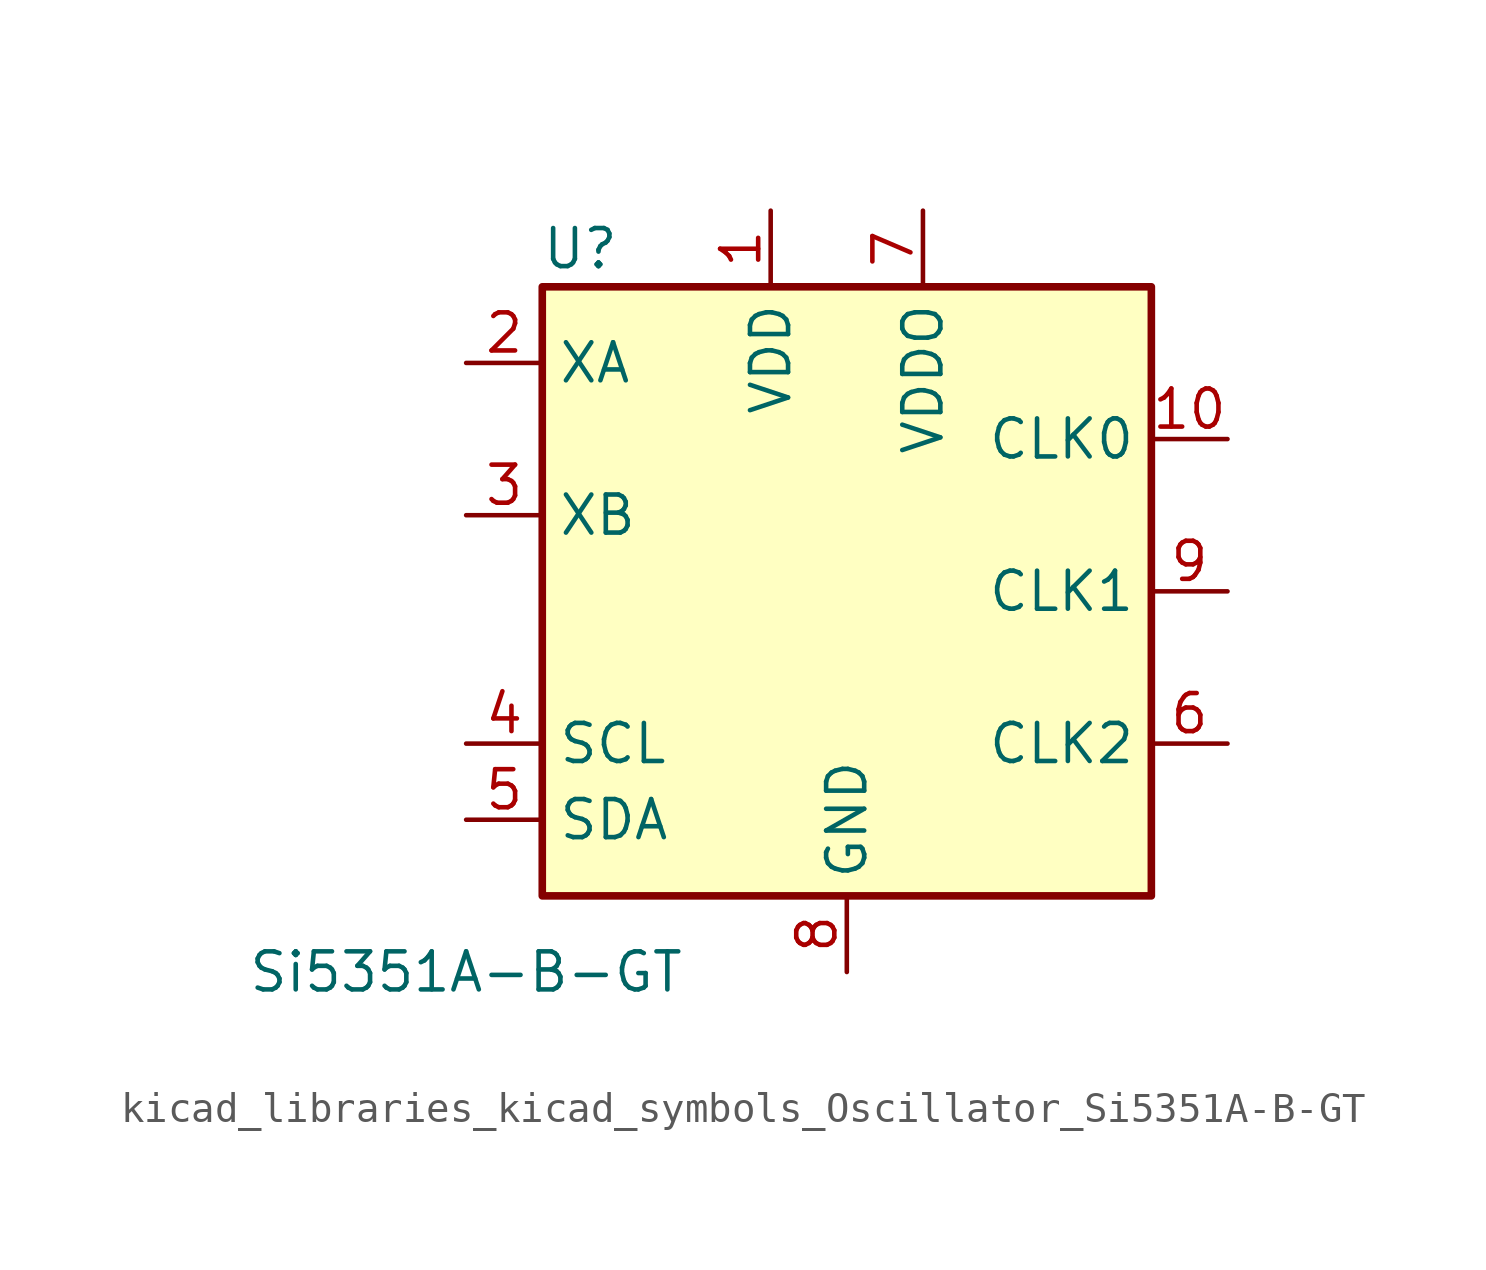
<source format=kicad_sym>
(kicad_symbol_lib
  (version 20220914)
  (generator kicad_symbol_editor)
  (symbol "kicad_libraries_kicad_symbols_Oscillator_Si5351A-B-GT"
    (property "Reference" "U"
      (at -8.89 11.43 0)
      (effects (font (size 1.27 1.27))))
    (property "Value" "Si5351A-B-GT"
      (at -12.7 -12.7 0)
      (effects (font (size 1.27 1.27))))
    (symbol "kicad_libraries_kicad_symbols_Oscillator_Si5351A-B-GT_0_1"
      (rectangle (start -10.16 10.16) (end 10.16 -10.16) (stroke (width 0.254) (type default)) (fill (type background))))
    (symbol "kicad_libraries_kicad_symbols_Oscillator_Si5351A-B-GT_1_1"
      (pin power_in line (at -2.54 12.7 270) (length 2.54) (name "VDD" (effects (font (size 1.27 1.27)))) (number "1" (effects (font (size 1.27 1.27)))))
      (pin output line (at 12.7 5.08 180) (length 2.54) (name "CLK0" (effects (font (size 1.27 1.27)))) (number "10" (effects (font (size 1.27 1.27)))))
      (pin input line (at -12.7 7.62 0) (length 2.54) (name "XA" (effects (font (size 1.27 1.27)))) (number "2" (effects (font (size 1.27 1.27)))))
      (pin input line (at -12.7 2.54 0) (length 2.54) (name "XB" (effects (font (size 1.27 1.27)))) (number "3" (effects (font (size 1.27 1.27)))))
      (pin input line (at -12.7 -5.08 0) (length 2.54) (name "SCL" (effects (font (size 1.27 1.27)))) (number "4" (effects (font (size 1.27 1.27)))))
      (pin bidirectional line (at -12.7 -7.62 0) (length 2.54) (name "SDA" (effects (font (size 1.27 1.27)))) (number "5" (effects (font (size 1.27 1.27)))))
      (pin output line (at 12.7 -5.08 180) (length 2.54) (name "CLK2" (effects (font (size 1.27 1.27)))) (number "6" (effects (font (size 1.27 1.27)))))
      (pin power_in line (at 2.54 12.7 270) (length 2.54) (name "VDDO" (effects (font (size 1.27 1.27)))) (number "7" (effects (font (size 1.27 1.27)))))
      (pin power_in line (at 0 -12.7 90) (length 2.54) (name "GND" (effects (font (size 1.27 1.27)))) (number "8" (effects (font (size 1.27 1.27)))))
      (pin output line (at 12.7 0 180) (length 2.54) (name "CLK1" (effects (font (size 1.27 1.27)))) (number "9" (effects (font (size 1.27 1.27))))))))
</source>
